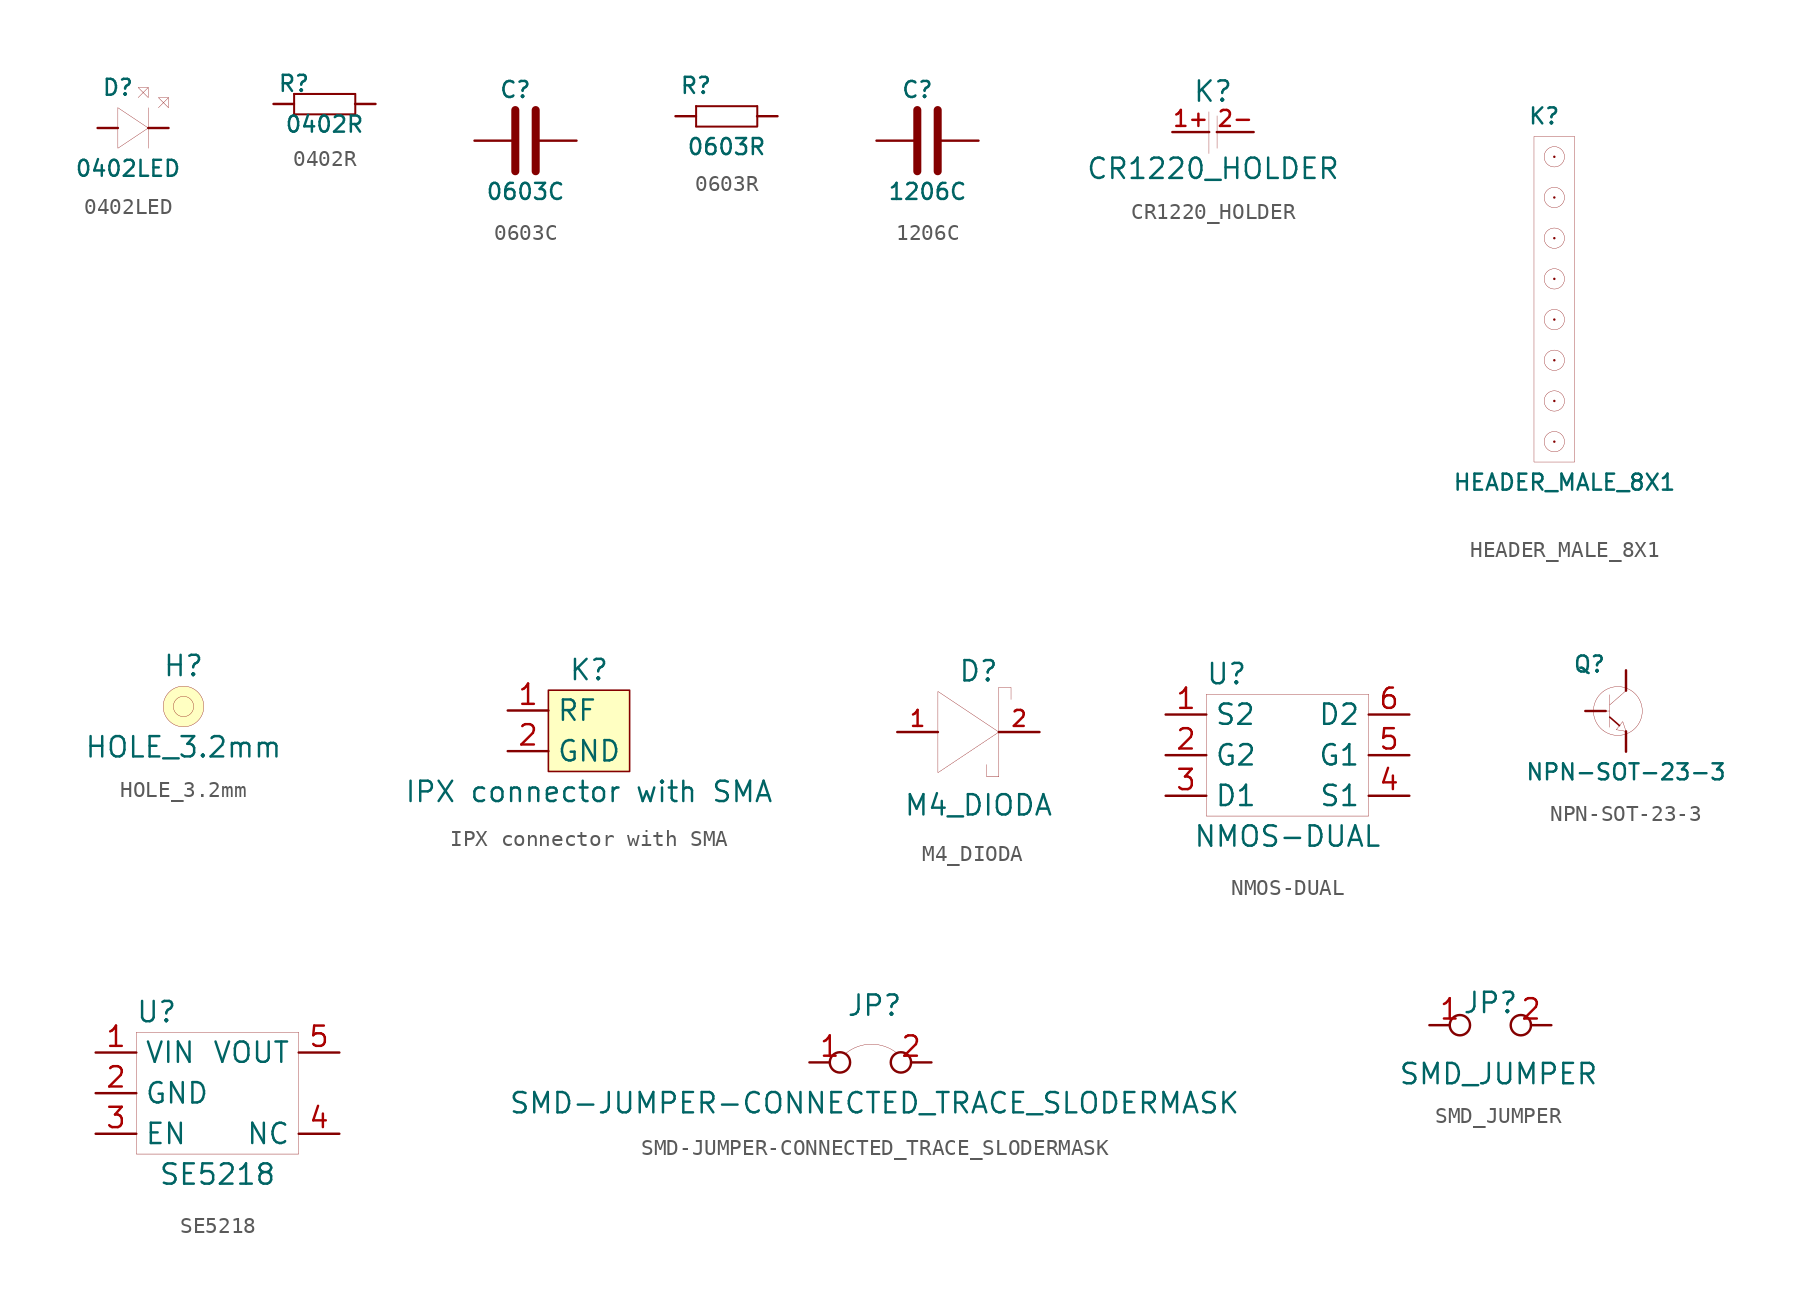
<source format=kicad_sym>
(kicad_symbol_lib
  (version 20231120)
  (generator "kicad_symbol_editor")
  (generator_version "8.0")
  (symbol "0402LED"
    (pin_numbers hide)
    (pin_names
      (offset 0.254) hide)
    (property "Reference" "D"
      (at -0.635 2.54 0)
      (effects (font (size 1 1))))
    (property "Value" "0402LED"
      (at 0 -2.54 0)
      (effects (font (size 1 1))))
    (symbol "0402LED_0_1"
      (polyline (pts (xy -0.635 1.27) (xy 1.27 0)) (stroke (width 0.001) (type default)) (fill (type none)))
      (polyline (pts (xy 0.635 1.905) (xy 1.27 2.54)) (stroke (width 0.001) (type default)) (fill (type none)))
      (polyline (pts (xy 1.27 1.27) (xy 1.27 -1.27)) (stroke (width 0.001) (type default)) (fill (type none)))
      (polyline (pts (xy 1.905 1.27) (xy 2.54 1.905)) (stroke (width 0.001) (type default)) (fill (type none)))
      (polyline (pts (xy -0.635 1.27) (xy -0.635 -1.27) (xy 1.27 0)) (stroke (width 0.001) (type default)) (fill (type none)))
      (polyline (pts (xy 1.27 2.54) (xy 0.635 2.54) (xy 1.27 1.905) (xy 1.27 2.54)) (stroke (width 0.001) (type default)) (fill (type none)))
      (polyline (pts (xy 2.54 1.905) (xy 1.905 1.905) (xy 2.54 1.27) (xy 2.54 1.905)) (stroke (width 0.001) (type default)) (fill (type none))))
    (symbol "0402LED_1_1"
      (pin passive line (at -1.905 0 0) (length 1.27) (name "A" (effects (font (size 1.27 1.27)))) (number "1" (effects (font (size 1.27 1.27)))))
      (pin passive line (at 2.54 0 180) (length 1.27) (name "K" (effects (font (size 1.27 1.27)))) (number "2" (effects (font (size 1.27 1.27)))))))
  (symbol "0402R"
    (pin_numbers hide)
    (pin_names
      (offset 0.254))
    (property "Reference" "R"
      (at -1.905 1.27 0)
      (effects (font (size 1 1))))
    (property "Value" "0402R"
      (at 0 -1.27 0)
      (effects (font (size 1 1))))
    (symbol "0402R_0_1"
      (rectangle (start -1.905 -0.635) (end 1.905 -0.66) (stroke (width 0.1) (type default)) (fill (type none)))
      (rectangle (start -1.905 0.635) (end -1.88 -0.635) (stroke (width 0.1) (type default)) (fill (type none)))
      (rectangle (start -1.905 0.635) (end 1.905 0.61) (stroke (width 0.1) (type default)) (fill (type none)))
      (rectangle (start 1.905 0.635) (end 1.93 -0.635) (stroke (width 0.1) (type default)) (fill (type none))))
    (symbol "0402R_1_1"
      (pin passive line (at -3.175 0 0) (length 1.27) (name "~" (effects (font (size 1.27 1.27)))) (number "1" (effects (font (size 1.27 1.27)))))
      (pin passive line (at 3.175 0 180) (length 1.27) (name "~" (effects (font (size 1.27 1.27)))) (number "2" (effects (font (size 1.27 1.27)))))))
  (symbol "0603C"
    (pin_numbers hide)
    (pin_names
      (offset 0.002))
    (property "Reference" "C"
      (at -0.635 3.175 0)
      (effects (font (size 1 1))))
    (property "Value" "0603C"
      (at 0 -3.175 0)
      (effects (font (size 1 1))))
    (symbol "0603C_0_1"
      (polyline (pts (xy -0.635 1.905) (xy -0.635 -1.905)) (stroke (width 0.5) (type default)) (fill (type none)))
      (polyline (pts (xy 0.635 1.905) (xy 0.635 -1.905)) (stroke (width 0.5) (type default)) (fill (type none))))
    (symbol "0603C_1_1"
      (pin passive line (at -3.175 0 0) (length 2.54) (name "~" (effects (font (size 1.27 1.27)))) (number "1" (effects (font (size 1.27 1.27)))))
      (pin passive line (at 3.175 0 180) (length 2.54) (name "~" (effects (font (size 1.27 1.27)))) (number "2" (effects (font (size 1.27 1.27)))))))
  (symbol "0603R"
    (pin_numbers hide)
    (pin_names
      (offset 0.254))
    (property "Reference" "R"
      (at -1.905 1.905 0)
      (effects (font (size 1 1))))
    (property "Value" "0603R"
      (at 0 -1.905 0)
      (effects (font (size 1 1))))
    (symbol "0603R_0_1"
      (rectangle (start -1.905 -0.635) (end 1.905 -0.66) (stroke (width 0.1) (type default)) (fill (type none)))
      (rectangle (start -1.905 0.635) (end -1.88 -0.635) (stroke (width 0.1) (type default)) (fill (type none)))
      (rectangle (start -1.905 0.635) (end 1.905 0.61) (stroke (width 0.1) (type default)) (fill (type none)))
      (rectangle (start 1.905 0.635) (end 1.93 -0.635) (stroke (width 0.1) (type default)) (fill (type none))))
    (symbol "0603R_1_1"
      (pin passive line (at -3.175 0 0) (length 1.27) (name "~" (effects (font (size 1.27 1.27)))) (number "1" (effects (font (size 1.27 1.27)))))
      (pin passive line (at 3.175 0 180) (length 1.27) (name "~" (effects (font (size 1.27 1.27)))) (number "2" (effects (font (size 1.27 1.27)))))))
  (symbol "1206C"
    (pin_numbers hide)
    (property "Reference" "C"
      (at -0.635 3.175 0)
      (effects (font (size 1 1))))
    (property "Value" "1206C"
      (at 0 -3.175 0)
      (effects (font (size 1 1))))
    (symbol "1206C_0_1"
      (polyline (pts (xy -0.635 1.905) (xy -0.635 -1.905)) (stroke (width 0.5) (type default)) (fill (type none)))
      (polyline (pts (xy 0.635 1.905) (xy 0.635 -1.905)) (stroke (width 0.5) (type default)) (fill (type none))))
    (symbol "1206C_1_1"
      (pin passive line (at -3.175 0 0) (length 2.54) (name "~" (effects (font (size 1.27 1.27)))) (number "1" (effects (font (size 1.27 1.27)))))
      (pin passive line (at 3.175 0 180) (length 2.54) (name "~" (effects (font (size 1.27 1.27)))) (number "2" (effects (font (size 1.27 1.27)))))))
  (symbol "CR1220_HOLDER"
    (property "Reference" "K"
      (at 0 2.54 0)
      (effects (font (size 1.27 1.27))))
    (property "Value" "CR1220_HOLDER"
      (at 0 -2.286 0)
      (effects (font (size 1.27 1.27))))
    (symbol "CR1220_HOLDER_0_1"
      (polyline (pts (xy -0.254 -1.346) (xy -0.254 1.27) (xy -0.254 -0.762)) (stroke (width 0.001) (type default)) (fill (type none)))
      (polyline (pts (xy 0.254 1.016) (xy 0.254 -1.016) (xy 0.254 -0.762)) (stroke (width 0.001) (type default)) (fill (type none))))
    (symbol "CR1220_HOLDER_1_1"
      (pin input line (at -2.54 0 0) (length 2.3) (name "" (effects (font (size 1 1)))) (number "1+" (effects (font (size 1 1)))))
      (pin output line (at 2.54 0 180) (length 2.3) (name "" (effects (font (size 1 1)))) (number "2-" (effects (font (size 1 1)))))))
  (symbol "HEADER_MALE_8X1"
    (pin_numbers hide)
    (pin_names hide)
    (property "Reference" "K"
      (at -0.635 12.7 0)
      (effects (font (size 1 1))))
    (property "Value" "HEADER_MALE_8X1"
      (at 0.635 -10.16 0)
      (effects (font (size 1 1))))
    (symbol "HEADER_MALE_8X1_0_1"
      (circle (center 0 -7.62) (radius 0.635) (stroke (width 0.001) (type default)) (fill (type none)))
      (circle (center 0 -5.08) (radius 0.635) (stroke (width 0.001) (type default)) (fill (type none)))
      (circle (center 0 -2.54) (radius 0.635) (stroke (width 0.001) (type default)) (fill (type none)))
      (circle (center 0 0) (radius 0.635) (stroke (width 0.001) (type default)) (fill (type none)))
      (circle (center 0 2.54) (radius 0.635) (stroke (width 0.001) (type default)) (fill (type none)))
      (circle (center 0 5.08) (radius 0.635) (stroke (width 0.001) (type default)) (fill (type none)))
      (circle (center 0 7.62) (radius 0.635) (stroke (width 0.001) (type default)) (fill (type none)))
      (circle (center 0 10.16) (radius 0.635) (stroke (width 0.001) (type default)) (fill (type none)))
      (rectangle (start 1.27 -8.89) (end -1.27 11.43) (stroke (width 0.001) (type default)) (fill (type none))))
    (symbol "HEADER_MALE_8X1_1_1"
      (pin passive line (at 0 -7.62 180) (length 0) (name "~" (effects (font (size 0.991 0.991)))) (number "1" (effects (font (size 0.991 0.991)))))
      (pin passive line (at 0 -5.08 180) (length 0) (name "~" (effects (font (size 0.991 0.991)))) (number "2" (effects (font (size 0.991 0.991)))))
      (pin passive line (at 0 -2.54 180) (length 0) (name "~" (effects (font (size 0.991 0.991)))) (number "3" (effects (font (size 0.991 0.991)))))
      (pin passive line (at 0 0 180) (length 0) (name "~" (effects (font (size 0.991 0.991)))) (number "4" (effects (font (size 0.991 0.991)))))
      (pin passive line (at 0 2.54 180) (length 0) (name "~" (effects (font (size 0.991 0.991)))) (number "5" (effects (font (size 0.991 0.991)))))
      (pin passive line (at 0 5.08 180) (length 0) (name "~" (effects (font (size 0.991 0.991)))) (number "6" (effects (font (size 0.991 0.991)))))
      (pin passive line (at 0 7.62 180) (length 0) (name "~" (effects (font (size 0.991 0.991)))) (number "7" (effects (font (size 0.991 0.991)))))
      (pin passive line (at 0 10.16 180) (length 0) (name "~" (effects (font (size 0.991 0.991)))) (number "8" (effects (font (size 0.991 0.991)))))))
  (symbol "HOLE_3.2mm"
    (pin_numbers hide)
    (pin_names hide)
    (property "Reference" "H"
      (at 0 2.54 0)
      (effects (font (size 1.27 1.27))))
    (property "Value" "HOLE_3.2mm"
      (at 0 -2.54 0)
      (effects (font (size 1.27 1.27))))
    (symbol "HOLE_3.2mm_0_1"
      (circle (center 0 0) (radius 0.635) (stroke (width 0.001) (type default)) (fill (type none)))
      (circle (center 0 0) (radius 1.27) (stroke (width 0.001) (type default)) (fill (type background)))))
  (symbol "IPX connector with SMA"
    (property "Reference" "K"
      (at 0 3.81 0)
      (effects (font (size 1.27 1.27))))
    (property "Value" "IPX connector with SMA"
      (at 0 -3.81 0)
      (effects (font (size 1.27 1.27))))
    (symbol "IPX connector with SMA_0_1"
      (rectangle (start -2.54 2.54) (end 2.54 -2.54) (stroke (width 0.1) (type default)) (fill (type background))))
    (symbol "IPX connector with SMA_1_1"
      (pin input line (at -5.08 1.27 0) (length 2.54) (name "RF" (effects (font (size 1.27 1.27)))) (number "1" (effects (font (size 1.27 1.27)))))
      (pin input line (at -5.08 -1.27 0) (length 2.54) (name "GND" (effects (font (size 1.27 1.27)))) (number "2" (effects (font (size 1.27 1.27)))))))
  (symbol "M4_DIODA"
    (pin_names hide)
    (property "Reference" "D"
      (at 0 3.81 0)
      (effects (font (size 1.27 1.27))))
    (property "Value" "M4_DIODA"
      (at 0 -4.572 0)
      (effects (font (size 1.27 1.27))))
    (symbol "M4_DIODA_0_1"
      (polyline (pts (xy -2.54 2.54) (xy -2.54 -2.54) (xy 1.27 0) (xy -2.54 2.54)) (stroke (width 0.001) (type default)) (fill (type none)))
      (polyline (pts (xy 1.27 2.794) (xy 1.27 -2.794) (xy 0.508 -2.794) (xy 0.508 -2.032)) (stroke (width 0.001) (type default)) (fill (type none)))
      (polyline (pts (xy 1.27 2.794) (xy 2.032 2.794) (xy 2.032 2.032) (xy 2.032 2.54)) (stroke (width 0.001) (type default)) (fill (type none))))
    (symbol "M4_DIODA_1_1"
      (pin passive line (at -5.08 0 0) (length 2.54) (name "A" (effects (font (size 1 1)))) (number "1" (effects (font (size 1 1)))))
      (pin passive line (at 3.81 0 180) (length 2.54) (name "K" (effects (font (size 1 1)))) (number "2" (effects (font (size 1 1)))))))
  (symbol "NMOS-DUAL"
    (property "Reference" "U"
      (at -3.81 5.08 0)
      (effects (font (size 1.27 1.27))))
    (property "Value" "NMOS-DUAL"
      (at 0 -5.08 0)
      (effects (font (size 1.27 1.27))))
    (symbol "NMOS-DUAL_0_1"
      (rectangle (start -5.08 3.81) (end 5.08 -3.81) (stroke (width 0.001) (type default)) (fill (type none))))
    (symbol "NMOS-DUAL_1_1"
      (pin input line (at -7.62 2.54 0) (length 2.54) (name "S2" (effects (font (size 1.27 1.27)))) (number "1" (effects (font (size 1.27 1.27)))))
      (pin input line (at -7.62 0 0) (length 2.54) (name "G2" (effects (font (size 1.27 1.27)))) (number "2" (effects (font (size 1.27 1.27)))))
      (pin input line (at -7.62 -2.54 0) (length 2.54) (name "D1" (effects (font (size 1.27 1.27)))) (number "3" (effects (font (size 1.27 1.27)))))
      (pin input line (at 7.62 -2.54 180) (length 2.54) (name "S1" (effects (font (size 1.27 1.27)))) (number "4" (effects (font (size 1.27 1.27)))))
      (pin input line (at 7.62 0 180) (length 2.54) (name "G1" (effects (font (size 1.27 1.27)))) (number "5" (effects (font (size 1.27 1.27)))))
      (pin input line (at 7.62 2.54 180) (length 2.54) (name "D2" (effects (font (size 1.27 1.27)))) (number "6" (effects (font (size 1.27 1.27)))))))
  (symbol "NPN-SOT-23-3"
    (pin_numbers hide)
    (pin_names hide)
    (property "Reference" "Q"
      (at -2.286 2.921 0)
      (effects (font (size 1 1))))
    (property "Value" "NPN-SOT-23-3"
      (at 0 -3.81 0)
      (effects (font (size 1 1))))
    (symbol "NPN-SOT-23-3_0_1"
      (circle (center -0.508 0) (radius 1.524) (stroke (width 0.001) (type default)) (fill (type none)))
      (polyline (pts (xy -2.032 0) (xy -1.016 0)) (stroke (width 0.001) (type default)) (fill (type none)))
      (polyline (pts (xy -1.016 -0.381) (xy -0.406 -0.914)) (stroke (width 0.1) (type default)) (fill (type none)))
      (polyline (pts (xy -1.016 0.381) (xy 0 1.27)) (stroke (width 0.001) (type default)) (fill (type none)))
      (polyline (pts (xy -1.016 1.016) (xy -1.016 -1.016)) (stroke (width 0.001) (type default)) (fill (type none)))
      (polyline (pts (xy -0.61 -1.168) (xy -0.203 -0.66) (xy 0 -1.27) (xy -0.61 -1.168)) (stroke (width 0.001) (type default)) (fill (type none))))
    (symbol "NPN-SOT-23-3_1_1"
      (pin passive line (at -2.54 0 0) (length 1.27) (name "B" (effects (font (size 1 1)))) (number "1" (effects (font (size 1 1)))))
      (pin passive line (at 0 -2.54 90) (length 1.27) (name "E" (effects (font (size 1 1)))) (number "2" (effects (font (size 1 1)))))
      (pin passive line (at 0 2.54 270) (length 1.27) (name "C" (effects (font (size 1 1)))) (number "3" (effects (font (size 1 1)))))))
  (symbol "SE5218"
    (property "Reference" "U"
      (at -3.81 5.08 0)
      (effects (font (size 1.27 1.27))))
    (property "Value" "SE5218"
      (at 0 -5.08 0)
      (effects (font (size 1.27 1.27))))
    (symbol "SE5218_0_1"
      (rectangle (start -5.08 3.81) (end 5.08 -3.81) (stroke (width 0.001) (type default)) (fill (type none))))
    (symbol "SE5218_1_1"
      (pin power_in line (at -7.62 2.54 0) (length 2.54) (name "VIN" (effects (font (size 1.27 1.27)))) (number "1" (effects (font (size 1.27 1.27)))))
      (pin power_in line (at -7.62 0 0) (length 2.54) (name "GND" (effects (font (size 1.27 1.27)))) (number "2" (effects (font (size 1.27 1.27)))))
      (pin input line (at -7.62 -2.54 0) (length 2.54) (name "EN" (effects (font (size 1.27 1.27)))) (number "3" (effects (font (size 1.27 1.27)))))
      (pin passive line (at 7.62 -2.54 180) (length 2.54) (name "NC" (effects (font (size 1.27 1.27)))) (number "4" (effects (font (size 1.27 1.27)))))
      (pin power_out line (at 7.62 2.54 180) (length 2.54) (name "VOUT" (effects (font (size 1.27 1.27)))) (number "5" (effects (font (size 1.27 1.27)))))))
  (symbol "SMD-JUMPER-CONNECTED_TRACE_SLODERMASK"
    (property "Reference" "JP"
      (at 0 3.556 0)
      (effects (font (size 1.27 1.27))))
    (property "Value" "SMD-JUMPER-CONNECTED_TRACE_SLODERMASK"
      (at 0 -2.54 0)
      (effects (font (size 1.27 1.27))))
    (symbol "SMD-JUMPER-CONNECTED_TRACE_SLODERMASK_0_1"
      (arc (start 1.397 0.5842) (mid -0.2077 1.1365) (end -1.8034 0.5588) (stroke (width 0.0005) (type default)) (fill (type none))))
    (symbol "SMD-JUMPER-CONNECTED_TRACE_SLODERMASK_1_1"
      (pin passive inverted (at -4.064 0 0) (length 2.54) (name "" (effects (font (size 1.27 1.27)))) (number "1" (effects (font (size 1.27 1.27)))))
      (pin passive inverted (at 3.556 0 180) (length 2.54) (name "" (effects (font (size 1.27 1.27)))) (number "2" (effects (font (size 1.27 1.27)))))))
  (symbol "SMD_JUMPER"
    (property "Reference" "JP"
      (at 0 1.397 0)
      (effects (font (size 1.27 1.27))))
    (property "Value" "SMD_JUMPER"
      (at 0.508 -3.048 0)
      (effects (font (size 1.27 1.27))))
    (symbol "SMD_JUMPER_1_1"
      (pin passive inverted (at -3.81 0 0) (length 2.54) (name "" (effects (font (size 1.27 1.27)))) (number "1" (effects (font (size 1.27 1.27)))))
      (pin passive inverted (at 3.81 0 180) (length 2.54) (name "" (effects (font (size 1.27 1.27)))) (number "2" (effects (font (size 1.27 1.27))))))))
</source>
